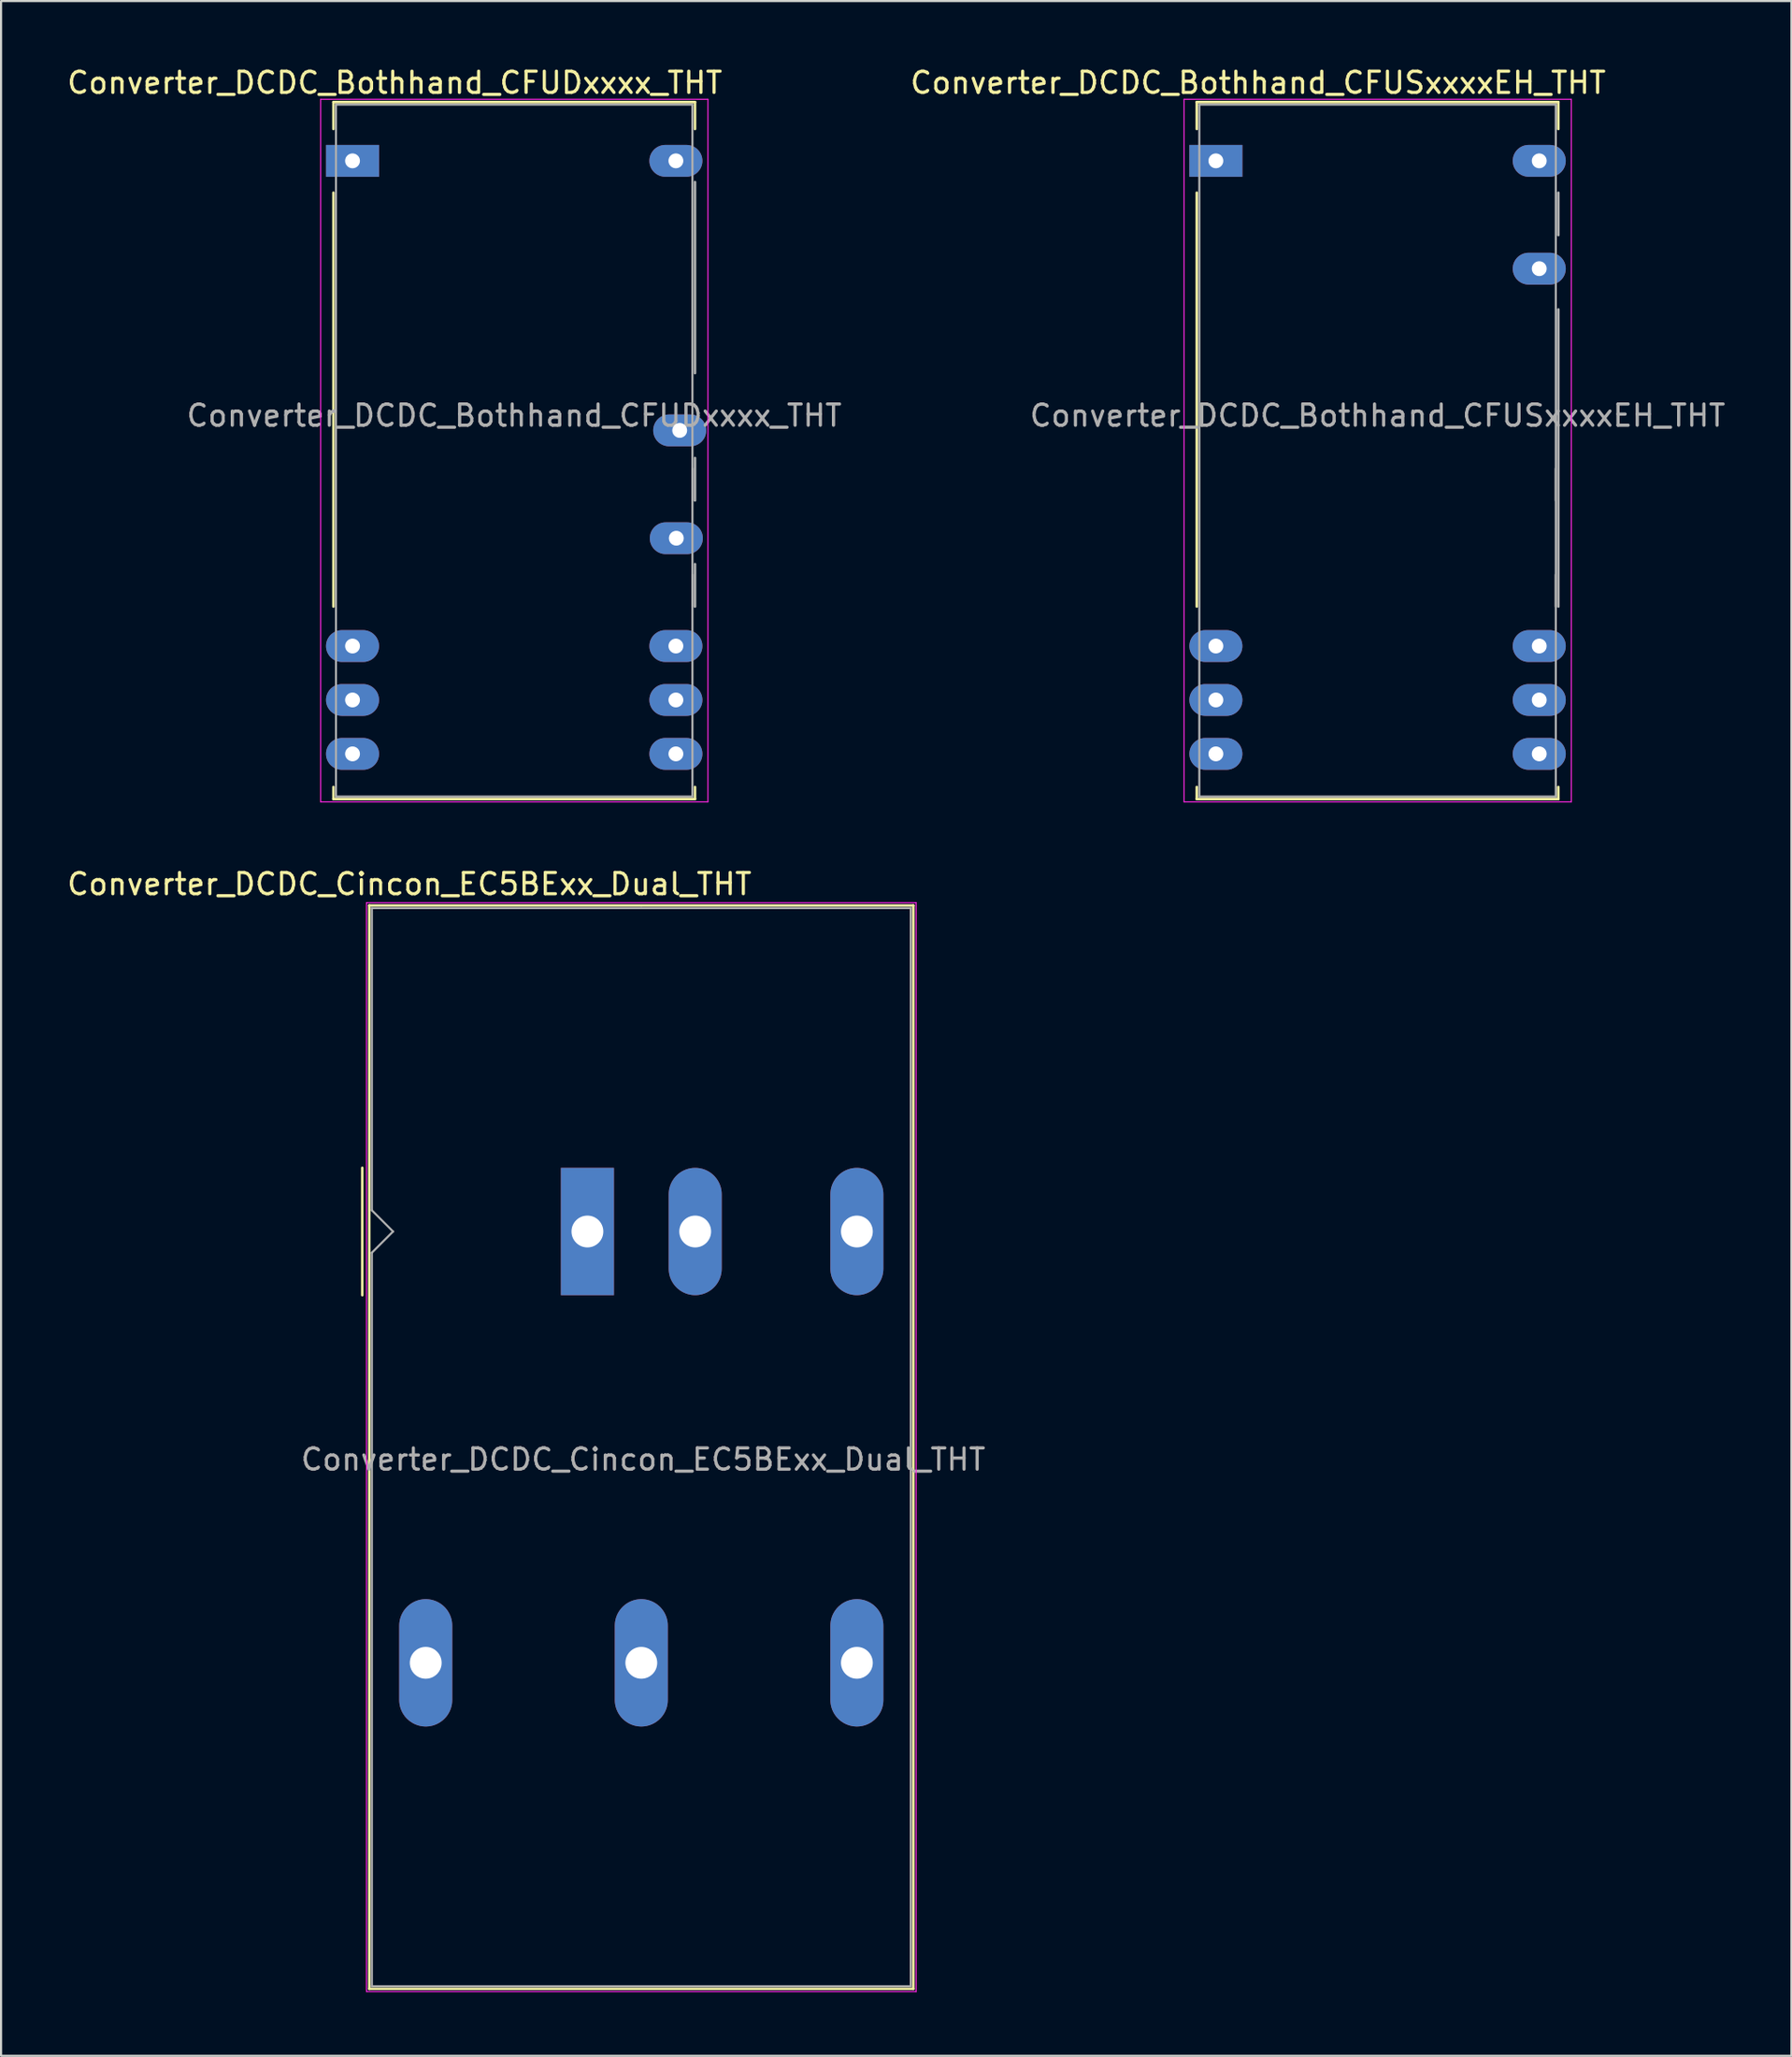
<source format=kicad_pcb>
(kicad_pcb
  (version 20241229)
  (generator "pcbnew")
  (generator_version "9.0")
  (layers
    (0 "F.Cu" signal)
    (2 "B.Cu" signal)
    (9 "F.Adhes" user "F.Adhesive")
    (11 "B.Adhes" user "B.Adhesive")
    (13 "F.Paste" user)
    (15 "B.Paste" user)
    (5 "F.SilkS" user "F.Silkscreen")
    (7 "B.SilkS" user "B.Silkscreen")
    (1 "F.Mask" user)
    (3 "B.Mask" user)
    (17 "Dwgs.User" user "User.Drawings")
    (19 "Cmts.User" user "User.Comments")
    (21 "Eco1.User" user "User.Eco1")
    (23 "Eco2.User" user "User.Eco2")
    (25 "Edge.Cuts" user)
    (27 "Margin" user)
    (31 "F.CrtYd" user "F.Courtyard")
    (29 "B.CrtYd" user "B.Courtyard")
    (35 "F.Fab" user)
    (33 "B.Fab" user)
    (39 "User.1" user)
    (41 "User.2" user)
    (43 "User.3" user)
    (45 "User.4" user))
  (footprint "Converter_DCDC_Cincon_EC5BExx_Dual_THT"
    (layer "F.Cu")
    (at 24.634 54.971)
    (property "Reference" "Converter_DCDC_Cincon_EC5BExx_Dual_THT" (at -8.39 -16.37 180) (layer "F.SilkS") (effects (font (size 1 1) (thickness 0.15))))
    (attr through_hole)
    (fp_line (start -10.61 -3) (end -10.61 3) (stroke (width 0.12) (type solid)) (layer "F.SilkS"))
    (fp_line (start -10.28 -15.36) (end 15.36 -15.36) (stroke (width 0.12) (type solid)) (layer "F.SilkS"))
    (fp_line (start -10.28 35.68) (end -10.28 -15.36) (stroke (width 0.12) (type solid)) (layer "F.SilkS"))
    (fp_line (start 15.36 -15.36) (end 15.36 35.68) (stroke (width 0.12) (type solid)) (layer "F.SilkS"))
    (fp_line (start 15.36 35.68) (end -10.28 35.68) (stroke (width 0.12) (type solid)) (layer "F.SilkS"))
    (fp_line (start -10.41 -15.49) (end 15.49 -15.49) (stroke (width 0.05) (type solid)) (layer "F.CrtYd"))
    (fp_line (start -10.41 35.8) (end -10.41 -15.49) (stroke (width 0.05) (type solid)) (layer "F.CrtYd"))
    (fp_line (start -10.41 35.81) (end 15.49 35.81) (stroke (width 0.05) (type solid)) (layer "F.CrtYd"))
    (fp_line (start 15.49 35.81) (end 15.49 -15.49) (stroke (width 0.05) (type solid)) (layer "F.CrtYd"))
    (fp_line (start -10.16 -1) (end -10.16 -15.24) (stroke (width 0.1) (type solid)) (layer "F.Fab"))
    (fp_line (start -10.16 1) (end -10.16 35.56) (stroke (width 0.1) (type solid)) (layer "F.Fab"))
    (fp_line (start -10.16 1) (end -9.16 0) (stroke (width 0.1) (type solid)) (layer "F.Fab"))
    (fp_line (start -10.16 35.56) (end 15.24 35.56) (stroke (width 0.1) (type solid)) (layer "F.Fab"))
    (fp_line (start -9.16 0) (end -10.16 -1) (stroke (width 0.1) (type solid)) (layer "F.Fab"))
    (fp_line (start 2.54 -15.24) (end -10.16 -15.24) (stroke (width 0.1) (type solid)) (layer "F.Fab"))
    (fp_line (start 15.24 -15.24) (end 2.54 -15.24) (stroke (width 0.1) (type solid)) (layer "F.Fab"))
    (fp_line (start 15.24 35.56) (end 15.24 -15.24) (stroke (width 0.1) (type solid)) (layer "F.Fab"))
    (fp_text user "${REFERENCE}" (at 2.63 10.74 0) (layer "F.Fab") (effects (font (size 1 1) (thickness 0.15))))
    (pad "1" thru_hole rect (at 0 0 90) (size 6 2.5) (drill 1.5) (layers "*.Cu" "*.Mask"))
    (pad "2" thru_hole oval (at 5.08 0 90) (size 6 2.5) (drill 1.5) (layers "*.Cu" "*.Mask"))
    (pad "3" thru_hole oval (at -7.62 20.32 90) (size 6 2.5) (drill 1.5) (layers "*.Cu" "*.Mask"))
    (pad "4" thru_hole oval (at 2.54 20.32 90) (size 6 2.5) (drill 1.5) (layers "*.Cu" "*.Mask"))
    (pad "5" thru_hole oval (at 12.7 20.32 90) (size 6 2.5) (drill 1.5) (layers "*.Cu" "*.Mask"))
    (pad "6" thru_hole oval (at 12.7 0 90) (size 6 2.5) (drill 1.5) (layers "*.Cu" "*.Mask")))
  (footprint "Converter_DCDC_Bothhand_CFUSxxxxEH_THT"
    (layer "F.Cu")
    (at 54.253 4.528)
    (property "Reference" "Converter_DCDC_Bothhand_CFUSxxxxEH_THT" (at 1.99 -3.68 0) (layer "F.SilkS") (effects (font (size 1 1) (thickness 0.15))))
    (attr through_hole)
    (fp_line (start -0.9 -2.77) (end 16.14 -2.77) (stroke (width 0.12) (type solid)) (layer "F.SilkS"))
    (fp_line (start -0.9 -1.5) (end -0.9 -2.77) (stroke (width 0.12) (type solid)) (layer "F.SilkS"))
    (fp_line (start -0.9 1.5) (end -0.9 21) (stroke (width 0.12) (type solid)) (layer "F.SilkS"))
    (fp_line (start -0.9 29.5) (end -0.9 30.07) (stroke (width 0.12) (type solid)) (layer "F.SilkS"))
    (fp_line (start -0.9 30.07) (end 16.14 30.07) (stroke (width 0.12) (type solid)) (layer "F.SilkS"))
    (fp_line (start 16.14 -2.77) (end 16.14 -1.5) (stroke (width 0.12) (type solid)) (layer "F.SilkS"))
    (fp_line (start 16.14 30.07) (end 16.14 29.5) (stroke (width 0.12) (type solid)) (layer "F.SilkS"))
    (fp_line (start -1.5 -2.9) (end -1.5 30.2) (stroke (width 0.05) (type solid)) (layer "F.CrtYd"))
    (fp_line (start -1.5 -2.9) (end 16.75 -2.9) (stroke (width 0.05) (type solid)) (layer "F.CrtYd"))
    (fp_line (start -1.5 30.2) (end 16.75 30.2) (stroke (width 0.05) (type solid)) (layer "F.CrtYd"))
    (fp_line (start 16.75 -2.9) (end 16.75 30.2) (stroke (width 0.05) (type solid)) (layer "F.CrtYd"))
    (fp_line (start -0.78 -2.65) (end 16.02 -2.65) (stroke (width 0.1) (type solid)) (layer "F.Fab"))
    (fp_line (start -0.78 29.95) (end -0.78 -2.65) (stroke (width 0.1) (type solid)) (layer "F.Fab"))
    (fp_line (start 16.02 -2.65) (end 16.02 29.95) (stroke (width 0.1) (type solid)) (layer "F.Fab"))
    (fp_line (start 16.02 14.5) (end 16.02 16) (stroke (width 0.1) (type solid)) (layer "F.Fab"))
    (fp_line (start 16.02 19.5) (end 16.02 21) (stroke (width 0.1) (type solid)) (layer "F.Fab"))
    (fp_line (start 16.02 29.95) (end -0.78 29.95) (stroke (width 0.1) (type solid)) (layer "F.Fab"))
    (fp_line (start 16.14 1.5) (end 16.14 3.5) (stroke (width 0.12) (type solid)) (layer "F.Fab"))
    (fp_line (start 16.14 7) (end 16.14 21) (stroke (width 0.12) (type solid)) (layer "F.Fab"))
    (fp_text user "${REFERENCE}" (at 7.62 12 0) (layer "F.Fab") (effects (font (size 1 1) (thickness 0.15))))
    (pad "1" thru_hole rect (at 0 0) (size 2.5 1.5) (drill 0.7) (layers "*.Cu" "*.Mask"))
    (pad "10" thru_hole oval (at 0 22.86) (size 2.5 1.5) (drill 0.7) (layers "*.Cu" "*.Mask"))
    (pad "11" thru_hole oval (at 0 25.4) (size 2.5 1.5) (drill 0.7) (layers "*.Cu" "*.Mask"))
    (pad "12" thru_hole oval (at 0 27.94) (size 2.5 1.5) (drill 0.7) (layers "*.Cu" "*.Mask"))
    (pad "13" thru_hole oval (at 15.24 27.94) (size 2.5 1.5) (drill 0.7) (layers "*.Cu" "*.Mask"))
    (pad "14" thru_hole oval (at 15.24 25.4) (size 2.5 1.5) (drill 0.7) (layers "*.Cu" "*.Mask"))
    (pad "15" thru_hole oval (at 15.24 22.86) (size 2.5 1.5) (drill 0.7) (layers "*.Cu" "*.Mask"))
    (pad "22" thru_hole oval (at 15.24 5.08) (size 2.5 1.5) (drill 0.7) (layers "*.Cu" "*.Mask"))
    (pad "24" thru_hole oval (at 15.24 0) (size 2.5 1.5) (drill 0.7) (layers "*.Cu" "*.Mask")))
  (footprint "Converter_DCDC_Bothhand_CFUDxxxx_THT"
    (layer "F.Cu")
    (at 13.564 4.528)
    (property "Reference" "Converter_DCDC_Bothhand_CFUDxxxx_THT" (at 1.99 -3.68 0) (layer "F.SilkS") (effects (font (size 1 1) (thickness 0.15))))
    (attr through_hole)
    (fp_line (start -0.9 -2.77) (end 16.14 -2.77) (stroke (width 0.12) (type solid)) (layer "F.SilkS"))
    (fp_line (start -0.9 -1.5) (end -0.9 -2.77) (stroke (width 0.12) (type solid)) (layer "F.SilkS"))
    (fp_line (start -0.9 1.5) (end -0.9 21) (stroke (width 0.12) (type solid)) (layer "F.SilkS"))
    (fp_line (start -0.9 29.5) (end -0.9 30.07) (stroke (width 0.12) (type solid)) (layer "F.SilkS"))
    (fp_line (start -0.9 30.07) (end 16.14 30.07) (stroke (width 0.12) (type solid)) (layer "F.SilkS"))
    (fp_line (start 16.14 -2.77) (end 16.14 -1.5) (stroke (width 0.12) (type solid)) (layer "F.SilkS"))
    (fp_line (start 16.14 30.07) (end 16.14 29.5) (stroke (width 0.12) (type solid)) (layer "F.SilkS"))
    (fp_line (start -1.5 -2.9) (end -1.5 30.2) (stroke (width 0.05) (type solid)) (layer "F.CrtYd"))
    (fp_line (start -1.5 -2.9) (end 16.75 -2.9) (stroke (width 0.05) (type solid)) (layer "F.CrtYd"))
    (fp_line (start -1.5 30.2) (end 16.75 30.2) (stroke (width 0.05) (type solid)) (layer "F.CrtYd"))
    (fp_line (start 16.75 -2.9) (end 16.75 30.2) (stroke (width 0.05) (type solid)) (layer "F.CrtYd"))
    (fp_line (start -0.78 -2.65) (end 16.02 -2.65) (stroke (width 0.1) (type solid)) (layer "F.Fab"))
    (fp_line (start -0.78 29.95) (end -0.78 -2.65) (stroke (width 0.1) (type solid)) (layer "F.Fab"))
    (fp_line (start 16.02 -2.65) (end 16.02 29.95) (stroke (width 0.1) (type solid)) (layer "F.Fab"))
    (fp_line (start 16.02 14.5) (end 16.02 16) (stroke (width 0.1) (type solid)) (layer "F.Fab"))
    (fp_line (start 16.02 19.5) (end 16.02 21) (stroke (width 0.1) (type solid)) (layer "F.Fab"))
    (fp_line (start 16.02 29.95) (end -0.78 29.95) (stroke (width 0.1) (type solid)) (layer "F.Fab"))
    (fp_line (start 16.14 1) (end 16.14 10) (stroke (width 0.12) (type solid)) (layer "F.Fab"))
    (fp_line (start 16.14 14) (end 16.14 16) (stroke (width 0.12) (type solid)) (layer "F.Fab"))
    (fp_line (start 16.14 19) (end 16.14 21) (stroke (width 0.12) (type solid)) (layer "F.Fab"))
    (fp_text user "${REFERENCE}" (at 7.62 12 0) (layer "F.Fab") (effects (font (size 1 1) (thickness 0.15))))
    (pad "1" thru_hole rect (at 0 0) (size 2.5 1.5) (drill 0.7) (layers "*.Cu" "*.Mask"))
    (pad "10" thru_hole oval (at 0 22.86) (size 2.5 1.5) (drill 0.7) (layers "*.Cu" "*.Mask"))
    (pad "11" thru_hole oval (at 0 25.4) (size 2.5 1.5) (drill 0.7) (layers "*.Cu" "*.Mask"))
    (pad "12" thru_hole oval (at 0 27.94) (size 2.5 1.5) (drill 0.7) (layers "*.Cu" "*.Mask"))
    (pad "13" thru_hole oval (at 15.24 27.94) (size 2.5 1.5) (drill 0.7) (layers "*.Cu" "*.Mask"))
    (pad "14" thru_hole oval (at 15.24 25.4) (size 2.5 1.5) (drill 0.7) (layers "*.Cu" "*.Mask"))
    (pad "15" thru_hole oval (at 15.24 22.86) (size 2.5 1.5) (drill 0.7) (layers "*.Cu" "*.Mask"))
    (pad "17" thru_hole oval (at 15.26 17.78) (size 2.5 1.5) (drill 0.7) (layers "*.Cu" "*.Mask"))
    (pad "19" thru_hole oval (at 15.42 12.7) (size 2.5 1.5) (drill 0.7) (layers "*.Cu" "*.Mask"))
    (pad "24" thru_hole oval (at 15.24 0) (size 2.5 1.5) (drill 0.7) (layers "*.Cu" "*.Mask")))
  (gr_rect
    (start -3 -3)
    (end 81.379 93.806)
    (stroke (width 0.1) (type default))
    (fill no)
    (layer "Edge.Cuts")))
</source>
